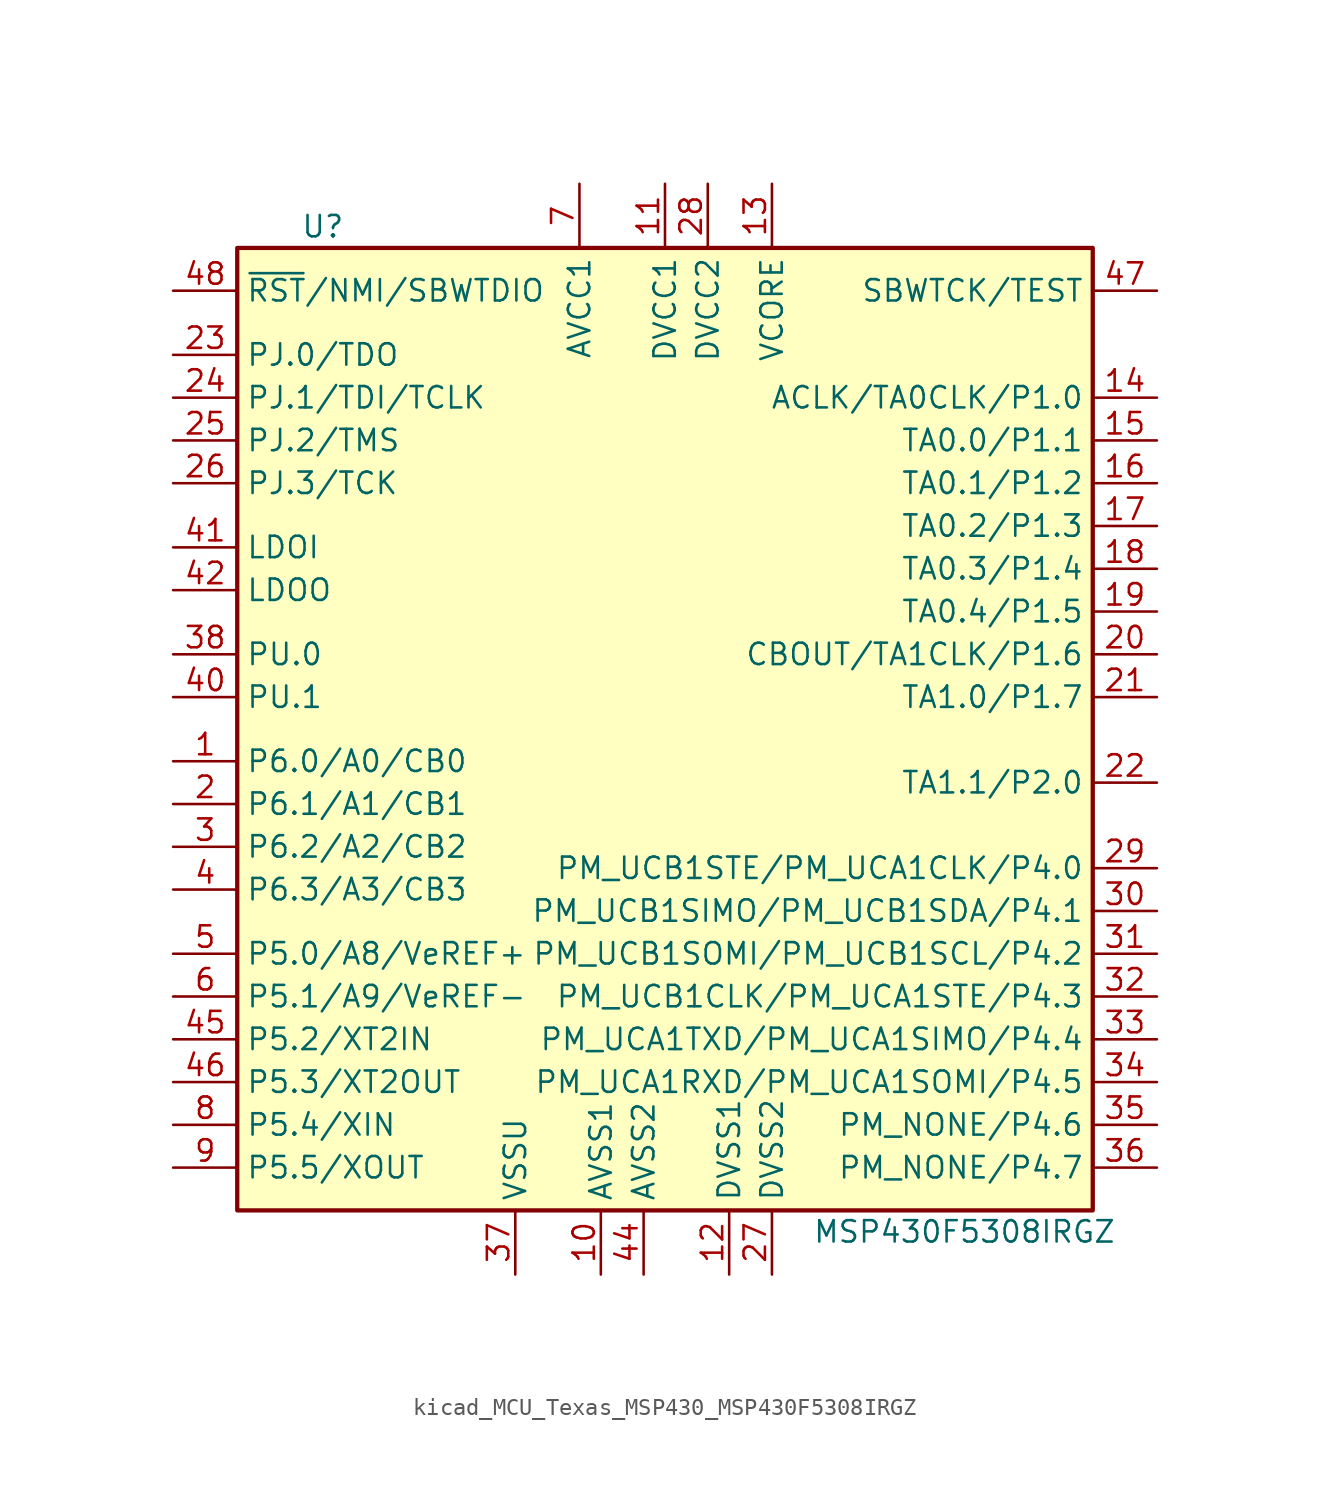
<source format=kicad_sym>
(kicad_symbol_lib
  (version 20220914)
  (generator kicad_symbol_editor)
  (symbol "kicad_MCU_Texas_MSP430_MSP430F5308IRGZ"
    (property "Reference" "U"
      (at -21.59 30.48 0)
      (effects (font (size 1.27 1.27))))
    (property "Value" "MSP430F5308IRGZ"
      (at 16.51 -29.21 0)
      (effects (font (size 1.27 1.27))))
    (symbol "kicad_MCU_Texas_MSP430_MSP430F5308IRGZ_0_1"
      (rectangle (start -26.67 29.21) (end 24.13 -27.94) (stroke (width 0.254) (type default)) (fill (type background))))
    (symbol "kicad_MCU_Texas_MSP430_MSP430F5308IRGZ_1_1"
      (pin bidirectional line (at -30.48 -1.27 0) (length 3.81) (name "P6.0/A0/CB0" (effects (font (size 1.27 1.27)))) (number "1" (effects (font (size 1.27 1.27)))))
      (pin power_in line (at -5.08 -31.75 90) (length 3.81) (name "AVSS1" (effects (font (size 1.27 1.27)))) (number "10" (effects (font (size 1.27 1.27)))))
      (pin power_in line (at -1.27 33.02 270) (length 3.81) (name "DVCC1" (effects (font (size 1.27 1.27)))) (number "11" (effects (font (size 1.27 1.27)))))
      (pin power_in line (at 2.54 -31.75 90) (length 3.81) (name "DVSS1" (effects (font (size 1.27 1.27)))) (number "12" (effects (font (size 1.27 1.27)))))
      (pin bidirectional line (at 5.08 33.02 270) (length 3.81) (name "VCORE" (effects (font (size 1.27 1.27)))) (number "13" (effects (font (size 1.27 1.27)))))
      (pin bidirectional line (at 27.94 20.32 180) (length 3.81) (name "ACLK/TA0CLK/P1.0" (effects (font (size 1.27 1.27)))) (number "14" (effects (font (size 1.27 1.27)))))
      (pin bidirectional line (at 27.94 17.78 180) (length 3.81) (name "TA0.0/P1.1" (effects (font (size 1.27 1.27)))) (number "15" (effects (font (size 1.27 1.27)))))
      (pin bidirectional line (at 27.94 15.24 180) (length 3.81) (name "TA0.1/P1.2" (effects (font (size 1.27 1.27)))) (number "16" (effects (font (size 1.27 1.27)))))
      (pin bidirectional line (at 27.94 12.7 180) (length 3.81) (name "TA0.2/P1.3" (effects (font (size 1.27 1.27)))) (number "17" (effects (font (size 1.27 1.27)))))
      (pin bidirectional line (at 27.94 10.16 180) (length 3.81) (name "TA0.3/P1.4" (effects (font (size 1.27 1.27)))) (number "18" (effects (font (size 1.27 1.27)))))
      (pin bidirectional line (at 27.94 7.62 180) (length 3.81) (name "TA0.4/P1.5" (effects (font (size 1.27 1.27)))) (number "19" (effects (font (size 1.27 1.27)))))
      (pin bidirectional line (at -30.48 -3.81 0) (length 3.81) (name "P6.1/A1/CB1" (effects (font (size 1.27 1.27)))) (number "2" (effects (font (size 1.27 1.27)))))
      (pin bidirectional line (at 27.94 5.08 180) (length 3.81) (name "CBOUT/TA1CLK/P1.6" (effects (font (size 1.27 1.27)))) (number "20" (effects (font (size 1.27 1.27)))))
      (pin bidirectional line (at 27.94 2.54 180) (length 3.81) (name "TA1.0/P1.7" (effects (font (size 1.27 1.27)))) (number "21" (effects (font (size 1.27 1.27)))))
      (pin bidirectional line (at 27.94 -2.54 180) (length 3.81) (name "TA1.1/P2.0" (effects (font (size 1.27 1.27)))) (number "22" (effects (font (size 1.27 1.27)))))
      (pin bidirectional line (at -30.48 22.86 0) (length 3.81) (name "PJ.0/TDO" (effects (font (size 1.27 1.27)))) (number "23" (effects (font (size 1.27 1.27)))))
      (pin bidirectional line (at -30.48 20.32 0) (length 3.81) (name "PJ.1/TDI/TCLK" (effects (font (size 1.27 1.27)))) (number "24" (effects (font (size 1.27 1.27)))))
      (pin bidirectional line (at -30.48 17.78 0) (length 3.81) (name "PJ.2/TMS" (effects (font (size 1.27 1.27)))) (number "25" (effects (font (size 1.27 1.27)))))
      (pin bidirectional line (at -30.48 15.24 0) (length 3.81) (name "PJ.3/TCK" (effects (font (size 1.27 1.27)))) (number "26" (effects (font (size 1.27 1.27)))))
      (pin power_in line (at 5.08 -31.75 90) (length 3.81) (name "DVSS2" (effects (font (size 1.27 1.27)))) (number "27" (effects (font (size 1.27 1.27)))))
      (pin power_in line (at 1.27 33.02 270) (length 3.81) (name "DVCC2" (effects (font (size 1.27 1.27)))) (number "28" (effects (font (size 1.27 1.27)))))
      (pin bidirectional line (at 27.94 -7.62 180) (length 3.81) (name "PM_UCB1STE/PM_UCA1CLK/P4.0" (effects (font (size 1.27 1.27)))) (number "29" (effects (font (size 1.27 1.27)))))
      (pin bidirectional line (at -30.48 -6.35 0) (length 3.81) (name "P6.2/A2/CB2" (effects (font (size 1.27 1.27)))) (number "3" (effects (font (size 1.27 1.27)))))
      (pin bidirectional line (at 27.94 -10.16 180) (length 3.81) (name "PM_UCB1SIMO/PM_UCB1SDA/P4.1" (effects (font (size 1.27 1.27)))) (number "30" (effects (font (size 1.27 1.27)))))
      (pin bidirectional line (at 27.94 -12.7 180) (length 3.81) (name "PM_UCB1SOMI/PM_UCB1SCL/P4.2" (effects (font (size 1.27 1.27)))) (number "31" (effects (font (size 1.27 1.27)))))
      (pin bidirectional line (at 27.94 -15.24 180) (length 3.81) (name "PM_UCB1CLK/PM_UCA1STE/P4.3" (effects (font (size 1.27 1.27)))) (number "32" (effects (font (size 1.27 1.27)))))
      (pin bidirectional line (at 27.94 -17.78 180) (length 3.81) (name "PM_UCA1TXD/PM_UCA1SIMO/P4.4" (effects (font (size 1.27 1.27)))) (number "33" (effects (font (size 1.27 1.27)))))
      (pin bidirectional line (at 27.94 -20.32 180) (length 3.81) (name "PM_UCA1RXD/PM_UCA1SOMI/P4.5" (effects (font (size 1.27 1.27)))) (number "34" (effects (font (size 1.27 1.27)))))
      (pin bidirectional line (at 27.94 -22.86 180) (length 3.81) (name "PM_NONE/P4.6" (effects (font (size 1.27 1.27)))) (number "35" (effects (font (size 1.27 1.27)))))
      (pin bidirectional line (at 27.94 -25.4 180) (length 3.81) (name "PM_NONE/P4.7" (effects (font (size 1.27 1.27)))) (number "36" (effects (font (size 1.27 1.27)))))
      (pin power_in line (at -10.16 -31.75 90) (length 3.81) (name "VSSU" (effects (font (size 1.27 1.27)))) (number "37" (effects (font (size 1.27 1.27)))))
      (pin bidirectional line (at -30.48 5.08 0) (length 3.81) (name "PU.0" (effects (font (size 1.27 1.27)))) (number "38" (effects (font (size 1.27 1.27)))))
      (pin bidirectional line (at -30.48 -8.89 0) (length 3.81) (name "P6.3/A3/CB3" (effects (font (size 1.27 1.27)))) (number "4" (effects (font (size 1.27 1.27)))))
      (pin bidirectional line (at -30.48 2.54 0) (length 3.81) (name "PU.1" (effects (font (size 1.27 1.27)))) (number "40" (effects (font (size 1.27 1.27)))))
      (pin power_in line (at -30.48 11.43 0) (length 3.81) (name "LDOI" (effects (font (size 1.27 1.27)))) (number "41" (effects (font (size 1.27 1.27)))))
      (pin power_out line (at -30.48 8.89 0) (length 3.81) (name "LDOO" (effects (font (size 1.27 1.27)))) (number "42" (effects (font (size 1.27 1.27)))))
      (pin power_in line (at -2.54 -31.75 90) (length 3.81) (name "AVSS2" (effects (font (size 1.27 1.27)))) (number "44" (effects (font (size 1.27 1.27)))))
      (pin bidirectional line (at -30.48 -17.78 0) (length 3.81) (name "P5.2/XT2IN" (effects (font (size 1.27 1.27)))) (number "45" (effects (font (size 1.27 1.27)))))
      (pin bidirectional line (at -30.48 -20.32 0) (length 3.81) (name "P5.3/XT2OUT" (effects (font (size 1.27 1.27)))) (number "46" (effects (font (size 1.27 1.27)))))
      (pin input line (at 27.94 26.67 180) (length 3.81) (name "SBWTCK/TEST" (effects (font (size 1.27 1.27)))) (number "47" (effects (font (size 1.27 1.27)))))
      (pin input line (at -30.48 26.67 0) (length 3.81) (name "~{RST}/NMI/SBWTDIO" (effects (font (size 1.27 1.27)))) (number "48" (effects (font (size 1.27 1.27)))))
      (pin bidirectional line (at -30.48 -12.7 0) (length 3.81) (name "P5.0/A8/VeREF+" (effects (font (size 1.27 1.27)))) (number "5" (effects (font (size 1.27 1.27)))))
      (pin bidirectional line (at -30.48 -15.24 0) (length 3.81) (name "P5.1/A9/VeREF-" (effects (font (size 1.27 1.27)))) (number "6" (effects (font (size 1.27 1.27)))))
      (pin power_in line (at -6.35 33.02 270) (length 3.81) (name "AVCC1" (effects (font (size 1.27 1.27)))) (number "7" (effects (font (size 1.27 1.27)))))
      (pin bidirectional line (at -30.48 -22.86 0) (length 3.81) (name "P5.4/XIN" (effects (font (size 1.27 1.27)))) (number "8" (effects (font (size 1.27 1.27)))))
      (pin bidirectional line (at -30.48 -25.4 0) (length 3.81) (name "P5.5/XOUT" (effects (font (size 1.27 1.27)))) (number "9" (effects (font (size 1.27 1.27))))))))
</source>
